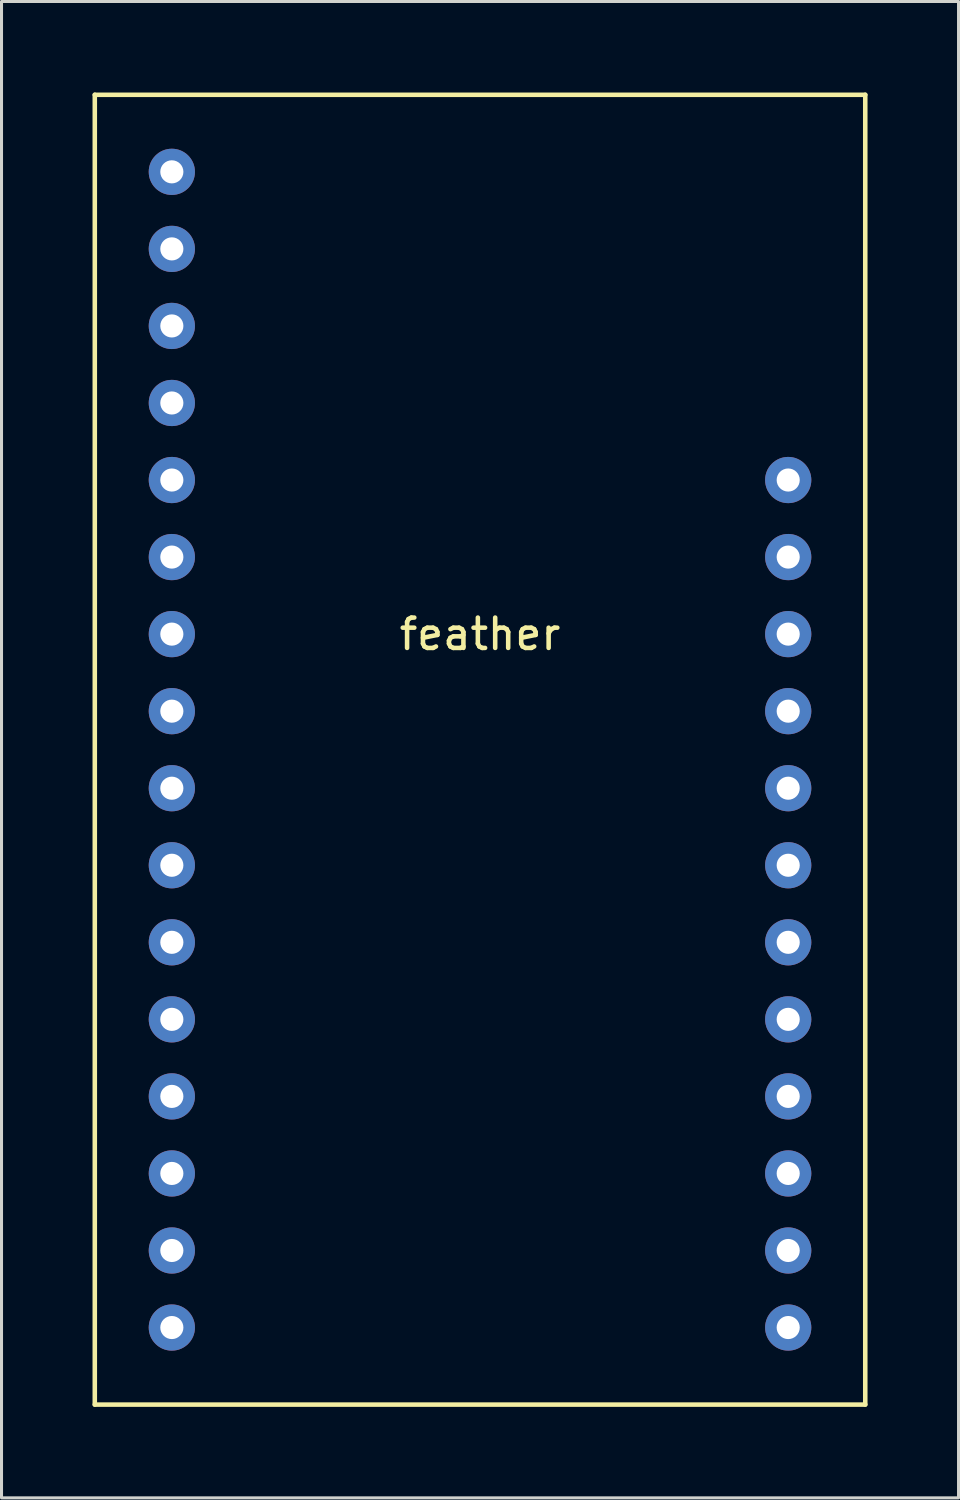
<source format=kicad_pcb>
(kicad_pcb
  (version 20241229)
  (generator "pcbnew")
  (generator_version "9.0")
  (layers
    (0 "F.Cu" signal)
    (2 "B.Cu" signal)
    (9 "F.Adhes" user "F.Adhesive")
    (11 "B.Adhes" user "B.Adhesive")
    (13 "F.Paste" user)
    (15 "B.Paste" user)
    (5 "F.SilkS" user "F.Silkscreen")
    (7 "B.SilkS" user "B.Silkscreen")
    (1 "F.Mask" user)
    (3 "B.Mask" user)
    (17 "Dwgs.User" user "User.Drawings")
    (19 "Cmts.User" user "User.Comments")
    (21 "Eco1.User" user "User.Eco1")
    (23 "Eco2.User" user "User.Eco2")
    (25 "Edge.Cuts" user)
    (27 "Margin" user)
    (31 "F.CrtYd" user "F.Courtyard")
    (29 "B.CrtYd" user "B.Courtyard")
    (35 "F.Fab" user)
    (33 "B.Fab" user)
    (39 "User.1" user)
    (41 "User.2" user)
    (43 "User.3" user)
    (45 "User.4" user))
  (footprint "feather"
    (layer "F.Cu")
    (at 12.775 17.855)
    (property "Reference" "feather" (at 0 0 0) (layer "F.SilkS") (effects (font (size 1 1) (thickness 0.15))))
    (attr through_hole)
    (fp_line (start -12.7 -17.78) (end 12.7 -17.78) (stroke (width 0.15) (type solid)) (layer "F.SilkS"))
    (fp_line (start -12.7 25.4) (end -12.7 -17.78) (stroke (width 0.15) (type solid)) (layer "F.SilkS"))
    (fp_line (start 12.7 -17.78) (end 12.7 25.4) (stroke (width 0.15) (type solid)) (layer "F.SilkS"))
    (fp_line (start 12.7 25.4) (end -12.7 25.4) (stroke (width 0.15) (type solid)) (layer "F.SilkS"))
    (pad "1" thru_hole circle (at -10.16 -15.24) (size 1.524 1.524) (drill 0.762) (layers "*.Cu" "*.Mask"))
    (pad "2" thru_hole circle (at -10.16 -12.7) (size 1.524 1.524) (drill 0.762) (layers "*.Cu" "*.Mask"))
    (pad "3" thru_hole circle (at -10.16 -10.16) (size 1.524 1.524) (drill 0.762) (layers "*.Cu" "*.Mask"))
    (pad "4" thru_hole circle (at -10.16 -7.62) (size 1.524 1.524) (drill 0.762) (layers "*.Cu" "*.Mask"))
    (pad "5" thru_hole circle (at -10.16 -5.08) (size 1.524 1.524) (drill 0.762) (layers "*.Cu" "*.Mask"))
    (pad "6" thru_hole circle (at -10.16 -2.54) (size 1.524 1.524) (drill 0.762) (layers "*.Cu" "*.Mask"))
    (pad "7" thru_hole circle (at -10.16 0) (size 1.524 1.524) (drill 0.762) (layers "*.Cu" "*.Mask"))
    (pad "8" thru_hole circle (at -10.16 2.54) (size 1.524 1.524) (drill 0.762) (layers "*.Cu" "*.Mask"))
    (pad "9" thru_hole circle (at -10.16 5.08) (size 1.524 1.524) (drill 0.762) (layers "*.Cu" "*.Mask"))
    (pad "10" thru_hole circle (at -10.16 7.62) (size 1.524 1.524) (drill 0.762) (layers "*.Cu" "*.Mask"))
    (pad "11" thru_hole circle (at -10.16 10.16) (size 1.524 1.524) (drill 0.762) (layers "*.Cu" "*.Mask"))
    (pad "12" thru_hole circle (at -10.16 12.7) (size 1.524 1.524) (drill 0.762) (layers "*.Cu" "*.Mask"))
    (pad "13" thru_hole circle (at -10.16 15.24) (size 1.524 1.524) (drill 0.762) (layers "*.Cu" "*.Mask"))
    (pad "14" thru_hole circle (at -10.16 17.78) (size 1.524 1.524) (drill 0.762) (layers "*.Cu" "*.Mask"))
    (pad "15" thru_hole circle (at -10.16 20.32) (size 1.524 1.524) (drill 0.762) (layers "*.Cu" "*.Mask"))
    (pad "16" thru_hole circle (at -10.16 22.86) (size 1.524 1.524) (drill 0.762) (layers "*.Cu" "*.Mask"))
    (pad "17" thru_hole circle (at 10.16 22.86) (size 1.524 1.524) (drill 0.762) (layers "*.Cu" "*.Mask"))
    (pad "18" thru_hole circle (at 10.16 20.32) (size 1.524 1.524) (drill 0.762) (layers "*.Cu" "*.Mask"))
    (pad "19" thru_hole circle (at 10.16 17.78) (size 1.524 1.524) (drill 0.762) (layers "*.Cu" "*.Mask"))
    (pad "20" thru_hole circle (at 10.16 15.24) (size 1.524 1.524) (drill 0.762) (layers "*.Cu" "*.Mask"))
    (pad "21" thru_hole circle (at 10.16 12.7) (size 1.524 1.524) (drill 0.762) (layers "*.Cu" "*.Mask"))
    (pad "22" thru_hole circle (at 10.16 10.16) (size 1.524 1.524) (drill 0.762) (layers "*.Cu" "*.Mask"))
    (pad "23" thru_hole circle (at 10.16 7.62) (size 1.524 1.524) (drill 0.762) (layers "*.Cu" "*.Mask"))
    (pad "24" thru_hole circle (at 10.16 5.08) (size 1.524 1.524) (drill 0.762) (layers "*.Cu" "*.Mask"))
    (pad "25" thru_hole circle (at 10.16 2.54) (size 1.524 1.524) (drill 0.762) (layers "*.Cu" "*.Mask"))
    (pad "26" thru_hole circle (at 10.16 0) (size 1.524 1.524) (drill 0.762) (layers "*.Cu" "*.Mask"))
    (pad "27" thru_hole circle (at 10.16 -2.54) (size 1.524 1.524) (drill 0.762) (layers "*.Cu" "*.Mask"))
    (pad "28" thru_hole circle (at 10.16 -5.08) (size 1.524 1.524) (drill 0.762) (layers "*.Cu" "*.Mask")))
  (gr_rect
    (start -3 -3)
    (end 28.55 46.33)
    (stroke (width 0.1) (type default))
    (fill no)
    (layer "Edge.Cuts")))
</source>
